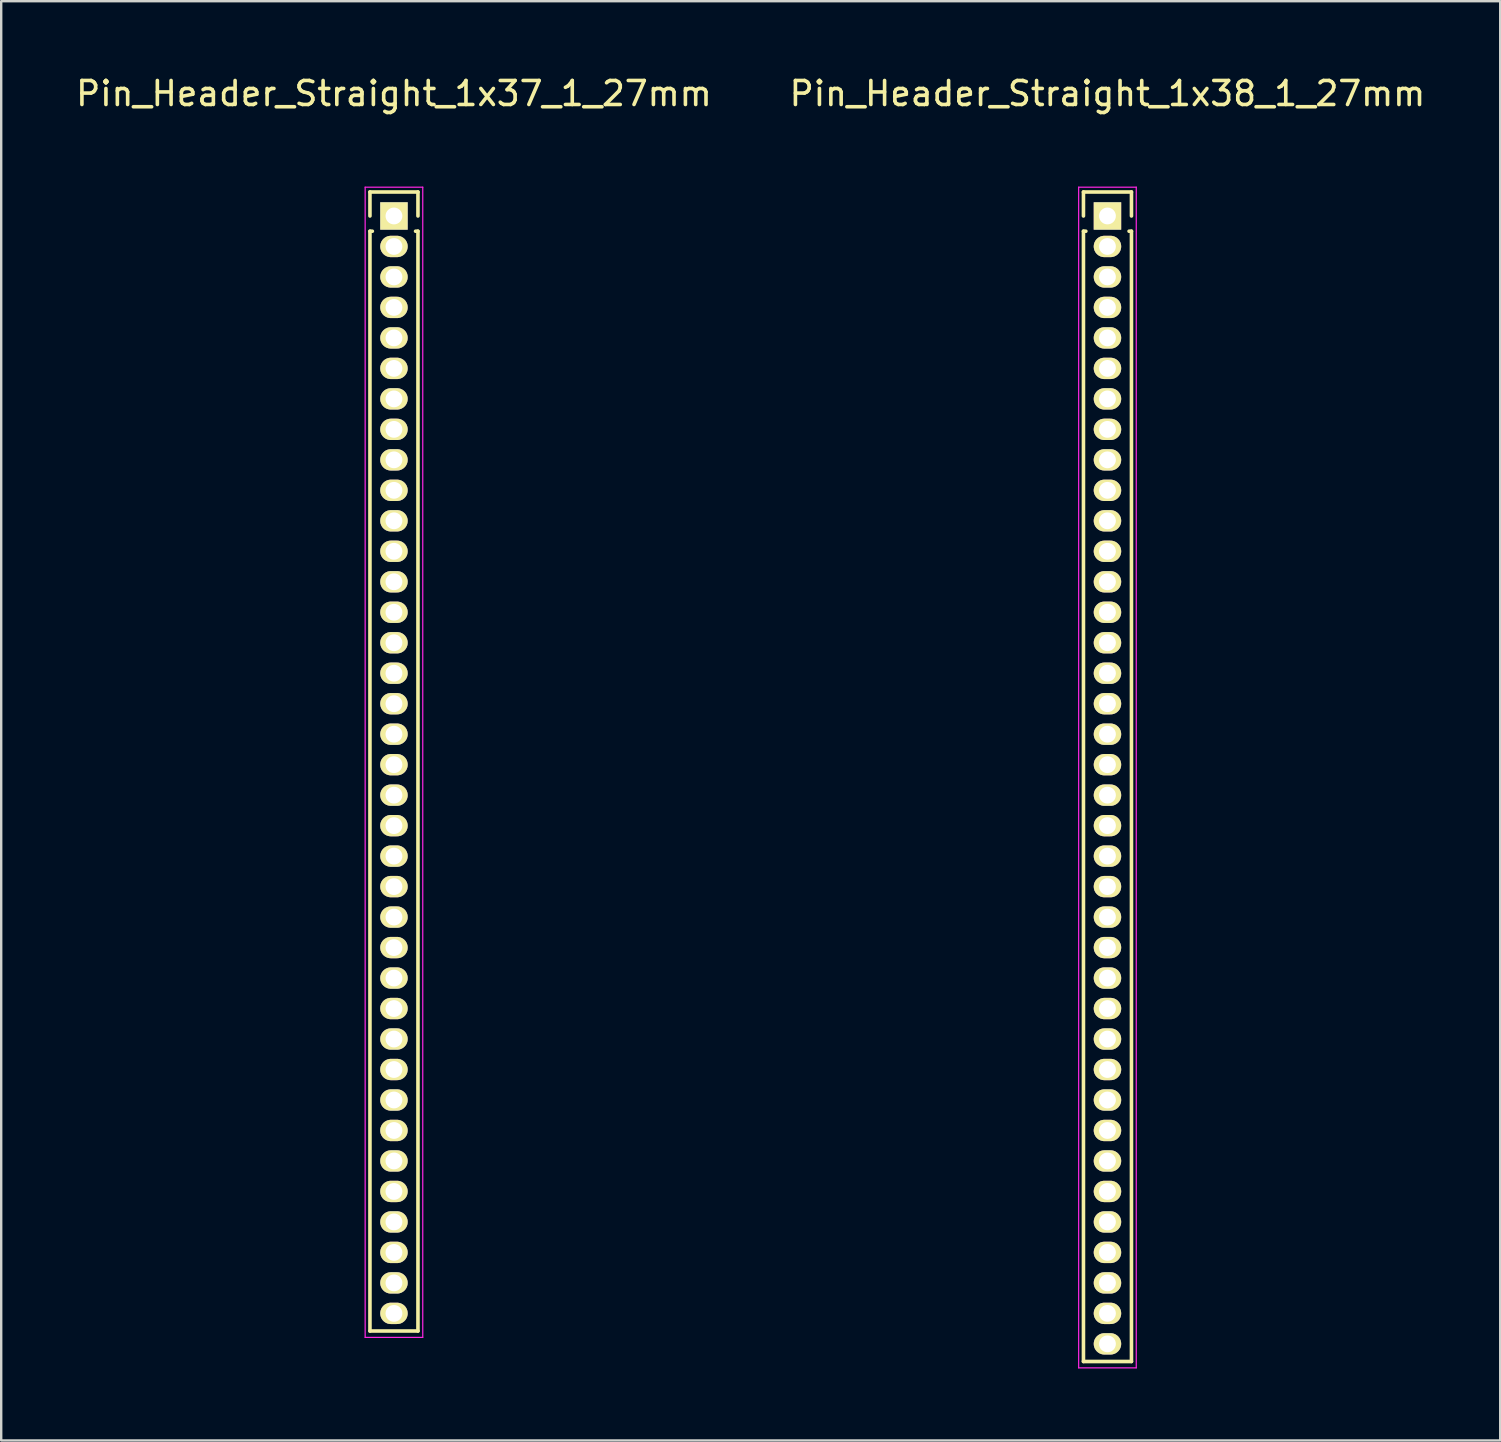
<source format=kicad_pcb>
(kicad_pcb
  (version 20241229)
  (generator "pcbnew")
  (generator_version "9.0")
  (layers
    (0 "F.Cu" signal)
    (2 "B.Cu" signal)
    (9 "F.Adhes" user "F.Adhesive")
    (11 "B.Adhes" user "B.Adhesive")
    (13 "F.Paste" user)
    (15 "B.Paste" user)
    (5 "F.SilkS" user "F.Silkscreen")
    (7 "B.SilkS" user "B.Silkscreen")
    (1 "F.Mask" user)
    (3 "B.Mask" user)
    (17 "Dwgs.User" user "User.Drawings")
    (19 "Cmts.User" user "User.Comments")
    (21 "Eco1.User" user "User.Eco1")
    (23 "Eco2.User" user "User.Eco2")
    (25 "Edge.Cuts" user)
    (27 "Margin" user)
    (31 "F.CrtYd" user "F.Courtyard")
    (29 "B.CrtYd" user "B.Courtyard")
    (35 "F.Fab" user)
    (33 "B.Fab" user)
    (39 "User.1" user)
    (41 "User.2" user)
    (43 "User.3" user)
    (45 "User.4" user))
  (footprint "Pin_Header_Straight_1x38_1_27mm"
    (layer "F.Cu")
    (at 43.089 5.948)
    (property "Reference" "Pin_Header_Straight_1x38_1_27mm" (at 0 -5.1 0) (layer "F.SilkS") (effects (font (size 1 1) (thickness 0.15))))
    (attr through_hole)
    (fp_line (start -1 -1) (end 1 -1) (stroke (width 0.15) (type solid)) (layer "F.SilkS"))
    (fp_line (start -1 0) (end -1 -1) (stroke (width 0.15) (type solid)) (layer "F.SilkS"))
    (fp_line (start -1 0.635) (end -1 47.725) (stroke (width 0.15) (type solid)) (layer "F.SilkS"))
    (fp_line (start -1 47.725) (end 1 47.725) (stroke (width 0.15) (type solid)) (layer "F.SilkS"))
    (fp_line (start -0.9 0.635) (end -1 0.635) (stroke (width 0.15) (type solid)) (layer "F.SilkS"))
    (fp_line (start 0.9 0.635) (end 1 0.635) (stroke (width 0.15) (type solid)) (layer "F.SilkS"))
    (fp_line (start 1 -1) (end 1 0) (stroke (width 0.15) (type solid)) (layer "F.SilkS"))
    (fp_line (start 1 0.635) (end 1 47.725) (stroke (width 0.15) (type solid)) (layer "F.SilkS"))
    (fp_line (start -1.2 -1.2) (end -1.2 47.99) (stroke (width 0.05) (type solid)) (layer "F.CrtYd"))
    (fp_line (start -1.2 -1.2) (end 1.2 -1.2) (stroke (width 0.05) (type solid)) (layer "F.CrtYd"))
    (fp_line (start -1.2 47.99) (end 1.2 47.99) (stroke (width 0.05) (type solid)) (layer "F.CrtYd"))
    (fp_line (start 1.2 -1.2) (end 1.2 47.99) (stroke (width 0.05) (type solid)) (layer "F.CrtYd"))
    (pad "1" thru_hole rect (at 0 0) (size 1.143 1.143) (drill 0.7) (layers "*.Cu" "*.Mask" "F.SilkS"))
    (pad "2" thru_hole oval (at 0 1.27) (size 1.143 0.889) (drill 0.7) (layers "*.Cu" "*.Mask" "F.SilkS"))
    (pad "3" thru_hole oval (at 0 2.54) (size 1.143 0.889) (drill 0.7) (layers "*.Cu" "*.Mask" "F.SilkS"))
    (pad "4" thru_hole oval (at 0 3.81) (size 1.143 0.889) (drill 0.7) (layers "*.Cu" "*.Mask" "F.SilkS"))
    (pad "5" thru_hole oval (at 0 5.08) (size 1.143 0.889) (drill 0.7) (layers "*.Cu" "*.Mask" "F.SilkS"))
    (pad "6" thru_hole oval (at 0 6.35) (size 1.143 0.889) (drill 0.7) (layers "*.Cu" "*.Mask" "F.SilkS"))
    (pad "7" thru_hole oval (at 0 7.62) (size 1.143 0.889) (drill 0.7) (layers "*.Cu" "*.Mask" "F.SilkS"))
    (pad "8" thru_hole oval (at 0 8.89) (size 1.143 0.889) (drill 0.7) (layers "*.Cu" "*.Mask" "F.SilkS"))
    (pad "9" thru_hole oval (at 0 10.16) (size 1.143 0.889) (drill 0.7) (layers "*.Cu" "*.Mask" "F.SilkS"))
    (pad "10" thru_hole oval (at 0 11.43) (size 1.143 0.889) (drill 0.7) (layers "*.Cu" "*.Mask" "F.SilkS"))
    (pad "11" thru_hole oval (at 0 12.7) (size 1.143 0.889) (drill 0.7) (layers "*.Cu" "*.Mask" "F.SilkS"))
    (pad "12" thru_hole oval (at 0 13.97) (size 1.143 0.889) (drill 0.7) (layers "*.Cu" "*.Mask" "F.SilkS"))
    (pad "13" thru_hole oval (at 0 15.24) (size 1.143 0.889) (drill 0.7) (layers "*.Cu" "*.Mask" "F.SilkS"))
    (pad "14" thru_hole oval (at 0 16.51) (size 1.143 0.889) (drill 0.7) (layers "*.Cu" "*.Mask" "F.SilkS"))
    (pad "15" thru_hole oval (at 0 17.78) (size 1.143 0.889) (drill 0.7) (layers "*.Cu" "*.Mask" "F.SilkS"))
    (pad "16" thru_hole oval (at 0 19.05) (size 1.143 0.889) (drill 0.7) (layers "*.Cu" "*.Mask" "F.SilkS"))
    (pad "17" thru_hole oval (at 0 20.32) (size 1.143 0.889) (drill 0.7) (layers "*.Cu" "*.Mask" "F.SilkS"))
    (pad "18" thru_hole oval (at 0 21.59) (size 1.143 0.889) (drill 0.7) (layers "*.Cu" "*.Mask" "F.SilkS"))
    (pad "19" thru_hole oval (at 0 22.86) (size 1.143 0.889) (drill 0.7) (layers "*.Cu" "*.Mask" "F.SilkS"))
    (pad "20" thru_hole oval (at 0 24.13) (size 1.143 0.889) (drill 0.7) (layers "*.Cu" "*.Mask" "F.SilkS"))
    (pad "21" thru_hole oval (at 0 25.4) (size 1.143 0.889) (drill 0.7) (layers "*.Cu" "*.Mask" "F.SilkS"))
    (pad "22" thru_hole oval (at 0 26.67) (size 1.143 0.889) (drill 0.7) (layers "*.Cu" "*.Mask" "F.SilkS"))
    (pad "23" thru_hole oval (at 0 27.94) (size 1.143 0.889) (drill 0.7) (layers "*.Cu" "*.Mask" "F.SilkS"))
    (pad "24" thru_hole oval (at 0 29.21) (size 1.143 0.889) (drill 0.7) (layers "*.Cu" "*.Mask" "F.SilkS"))
    (pad "25" thru_hole oval (at 0 30.48) (size 1.143 0.889) (drill 0.7) (layers "*.Cu" "*.Mask" "F.SilkS"))
    (pad "26" thru_hole oval (at 0 31.75) (size 1.143 0.889) (drill 0.7) (layers "*.Cu" "*.Mask" "F.SilkS"))
    (pad "27" thru_hole oval (at 0 33.02) (size 1.143 0.889) (drill 0.7) (layers "*.Cu" "*.Mask" "F.SilkS"))
    (pad "28" thru_hole oval (at 0 34.29) (size 1.143 0.889) (drill 0.7) (layers "*.Cu" "*.Mask" "F.SilkS"))
    (pad "29" thru_hole oval (at 0 35.56) (size 1.143 0.889) (drill 0.7) (layers "*.Cu" "*.Mask" "F.SilkS"))
    (pad "30" thru_hole oval (at 0 36.83) (size 1.143 0.889) (drill 0.7) (layers "*.Cu" "*.Mask" "F.SilkS"))
    (pad "31" thru_hole oval (at 0 38.1) (size 1.143 0.889) (drill 0.7) (layers "*.Cu" "*.Mask" "F.SilkS"))
    (pad "32" thru_hole oval (at 0 39.37) (size 1.143 0.889) (drill 0.7) (layers "*.Cu" "*.Mask" "F.SilkS"))
    (pad "33" thru_hole oval (at 0 40.64) (size 1.143 0.889) (drill 0.7) (layers "*.Cu" "*.Mask" "F.SilkS"))
    (pad "34" thru_hole oval (at 0 41.91) (size 1.143 0.889) (drill 0.7) (layers "*.Cu" "*.Mask" "F.SilkS"))
    (pad "35" thru_hole oval (at 0 43.18) (size 1.143 0.889) (drill 0.7) (layers "*.Cu" "*.Mask" "F.SilkS"))
    (pad "36" thru_hole oval (at 0 44.45) (size 1.143 0.889) (drill 0.7) (layers "*.Cu" "*.Mask" "F.SilkS"))
    (pad "37" thru_hole oval (at 0 45.72) (size 1.143 0.889) (drill 0.7) (layers "*.Cu" "*.Mask" "F.SilkS"))
    (pad "38" thru_hole oval (at 0 46.99) (size 1.143 0.889) (drill 0.7) (layers "*.Cu" "*.Mask" "F.SilkS")))
  (footprint "Pin_Header_Straight_1x37_1_27mm"
    (layer "F.Cu")
    (at 13.363 5.948)
    (property "Reference" "Pin_Header_Straight_1x37_1_27mm" (at 0 -5.1 0) (layer "F.SilkS") (effects (font (size 1 1) (thickness 0.15))))
    (attr through_hole)
    (fp_line (start -1 -1) (end 1 -1) (stroke (width 0.15) (type solid)) (layer "F.SilkS"))
    (fp_line (start -1 0) (end -1 -1) (stroke (width 0.15) (type solid)) (layer "F.SilkS"))
    (fp_line (start -1 0.635) (end -1 46.455) (stroke (width 0.15) (type solid)) (layer "F.SilkS"))
    (fp_line (start -1 46.455) (end 1 46.455) (stroke (width 0.15) (type solid)) (layer "F.SilkS"))
    (fp_line (start -0.9 0.635) (end -1 0.635) (stroke (width 0.15) (type solid)) (layer "F.SilkS"))
    (fp_line (start 0.9 0.635) (end 1 0.635) (stroke (width 0.15) (type solid)) (layer "F.SilkS"))
    (fp_line (start 1 -1) (end 1 0) (stroke (width 0.15) (type solid)) (layer "F.SilkS"))
    (fp_line (start 1 0.635) (end 1 46.455) (stroke (width 0.15) (type solid)) (layer "F.SilkS"))
    (fp_line (start -1.2 -1.2) (end -1.2 46.72) (stroke (width 0.05) (type solid)) (layer "F.CrtYd"))
    (fp_line (start -1.2 -1.2) (end 1.2 -1.2) (stroke (width 0.05) (type solid)) (layer "F.CrtYd"))
    (fp_line (start -1.2 46.72) (end 1.2 46.72) (stroke (width 0.05) (type solid)) (layer "F.CrtYd"))
    (fp_line (start 1.2 -1.2) (end 1.2 46.72) (stroke (width 0.05) (type solid)) (layer "F.CrtYd"))
    (pad "1" thru_hole rect (at 0 0) (size 1.143 1.143) (drill 0.7) (layers "*.Cu" "*.Mask" "F.SilkS"))
    (pad "2" thru_hole oval (at 0 1.27) (size 1.143 0.889) (drill 0.7) (layers "*.Cu" "*.Mask" "F.SilkS"))
    (pad "3" thru_hole oval (at 0 2.54) (size 1.143 0.889) (drill 0.7) (layers "*.Cu" "*.Mask" "F.SilkS"))
    (pad "4" thru_hole oval (at 0 3.81) (size 1.143 0.889) (drill 0.7) (layers "*.Cu" "*.Mask" "F.SilkS"))
    (pad "5" thru_hole oval (at 0 5.08) (size 1.143 0.889) (drill 0.7) (layers "*.Cu" "*.Mask" "F.SilkS"))
    (pad "6" thru_hole oval (at 0 6.35) (size 1.143 0.889) (drill 0.7) (layers "*.Cu" "*.Mask" "F.SilkS"))
    (pad "7" thru_hole oval (at 0 7.62) (size 1.143 0.889) (drill 0.7) (layers "*.Cu" "*.Mask" "F.SilkS"))
    (pad "8" thru_hole oval (at 0 8.89) (size 1.143 0.889) (drill 0.7) (layers "*.Cu" "*.Mask" "F.SilkS"))
    (pad "9" thru_hole oval (at 0 10.16) (size 1.143 0.889) (drill 0.7) (layers "*.Cu" "*.Mask" "F.SilkS"))
    (pad "10" thru_hole oval (at 0 11.43) (size 1.143 0.889) (drill 0.7) (layers "*.Cu" "*.Mask" "F.SilkS"))
    (pad "11" thru_hole oval (at 0 12.7) (size 1.143 0.889) (drill 0.7) (layers "*.Cu" "*.Mask" "F.SilkS"))
    (pad "12" thru_hole oval (at 0 13.97) (size 1.143 0.889) (drill 0.7) (layers "*.Cu" "*.Mask" "F.SilkS"))
    (pad "13" thru_hole oval (at 0 15.24) (size 1.143 0.889) (drill 0.7) (layers "*.Cu" "*.Mask" "F.SilkS"))
    (pad "14" thru_hole oval (at 0 16.51) (size 1.143 0.889) (drill 0.7) (layers "*.Cu" "*.Mask" "F.SilkS"))
    (pad "15" thru_hole oval (at 0 17.78) (size 1.143 0.889) (drill 0.7) (layers "*.Cu" "*.Mask" "F.SilkS"))
    (pad "16" thru_hole oval (at 0 19.05) (size 1.143 0.889) (drill 0.7) (layers "*.Cu" "*.Mask" "F.SilkS"))
    (pad "17" thru_hole oval (at 0 20.32) (size 1.143 0.889) (drill 0.7) (layers "*.Cu" "*.Mask" "F.SilkS"))
    (pad "18" thru_hole oval (at 0 21.59) (size 1.143 0.889) (drill 0.7) (layers "*.Cu" "*.Mask" "F.SilkS"))
    (pad "19" thru_hole oval (at 0 22.86) (size 1.143 0.889) (drill 0.7) (layers "*.Cu" "*.Mask" "F.SilkS"))
    (pad "20" thru_hole oval (at 0 24.13) (size 1.143 0.889) (drill 0.7) (layers "*.Cu" "*.Mask" "F.SilkS"))
    (pad "21" thru_hole oval (at 0 25.4) (size 1.143 0.889) (drill 0.7) (layers "*.Cu" "*.Mask" "F.SilkS"))
    (pad "22" thru_hole oval (at 0 26.67) (size 1.143 0.889) (drill 0.7) (layers "*.Cu" "*.Mask" "F.SilkS"))
    (pad "23" thru_hole oval (at 0 27.94) (size 1.143 0.889) (drill 0.7) (layers "*.Cu" "*.Mask" "F.SilkS"))
    (pad "24" thru_hole oval (at 0 29.21) (size 1.143 0.889) (drill 0.7) (layers "*.Cu" "*.Mask" "F.SilkS"))
    (pad "25" thru_hole oval (at 0 30.48) (size 1.143 0.889) (drill 0.7) (layers "*.Cu" "*.Mask" "F.SilkS"))
    (pad "26" thru_hole oval (at 0 31.75) (size 1.143 0.889) (drill 0.7) (layers "*.Cu" "*.Mask" "F.SilkS"))
    (pad "27" thru_hole oval (at 0 33.02) (size 1.143 0.889) (drill 0.7) (layers "*.Cu" "*.Mask" "F.SilkS"))
    (pad "28" thru_hole oval (at 0 34.29) (size 1.143 0.889) (drill 0.7) (layers "*.Cu" "*.Mask" "F.SilkS"))
    (pad "29" thru_hole oval (at 0 35.56) (size 1.143 0.889) (drill 0.7) (layers "*.Cu" "*.Mask" "F.SilkS"))
    (pad "30" thru_hole oval (at 0 36.83) (size 1.143 0.889) (drill 0.7) (layers "*.Cu" "*.Mask" "F.SilkS"))
    (pad "31" thru_hole oval (at 0 38.1) (size 1.143 0.889) (drill 0.7) (layers "*.Cu" "*.Mask" "F.SilkS"))
    (pad "32" thru_hole oval (at 0 39.37) (size 1.143 0.889) (drill 0.7) (layers "*.Cu" "*.Mask" "F.SilkS"))
    (pad "33" thru_hole oval (at 0 40.64) (size 1.143 0.889) (drill 0.7) (layers "*.Cu" "*.Mask" "F.SilkS"))
    (pad "34" thru_hole oval (at 0 41.91) (size 1.143 0.889) (drill 0.7) (layers "*.Cu" "*.Mask" "F.SilkS"))
    (pad "35" thru_hole oval (at 0 43.18) (size 1.143 0.889) (drill 0.7) (layers "*.Cu" "*.Mask" "F.SilkS"))
    (pad "36" thru_hole oval (at 0 44.45) (size 1.143 0.889) (drill 0.7) (layers "*.Cu" "*.Mask" "F.SilkS"))
    (pad "37" thru_hole oval (at 0 45.72) (size 1.143 0.889) (drill 0.7) (layers "*.Cu" "*.Mask" "F.SilkS")))
  (gr_rect
    (start -3 -3)
    (end 59.452 56.963)
    (stroke (width 0.1) (type default))
    (fill no)
    (layer "Edge.Cuts")))
</source>
